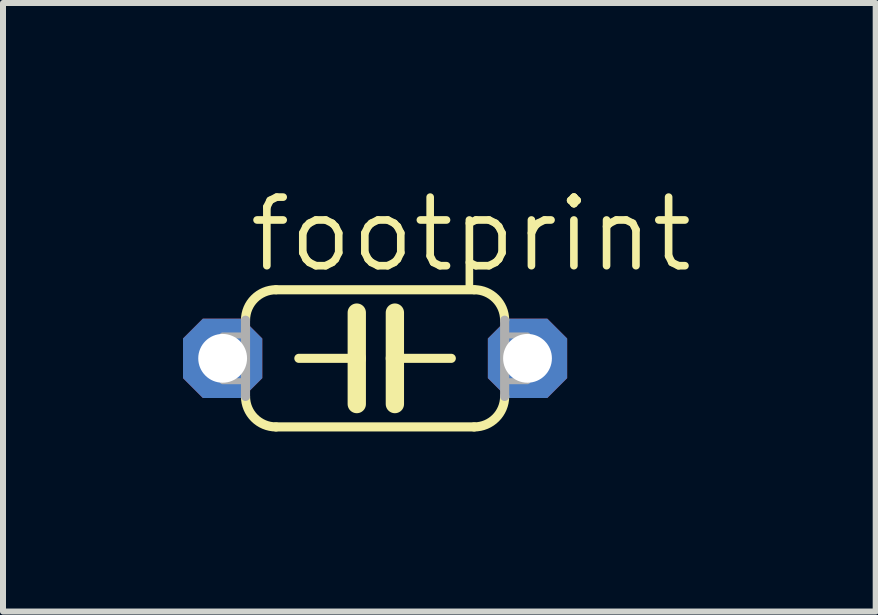
<source format=kicad_pcb>
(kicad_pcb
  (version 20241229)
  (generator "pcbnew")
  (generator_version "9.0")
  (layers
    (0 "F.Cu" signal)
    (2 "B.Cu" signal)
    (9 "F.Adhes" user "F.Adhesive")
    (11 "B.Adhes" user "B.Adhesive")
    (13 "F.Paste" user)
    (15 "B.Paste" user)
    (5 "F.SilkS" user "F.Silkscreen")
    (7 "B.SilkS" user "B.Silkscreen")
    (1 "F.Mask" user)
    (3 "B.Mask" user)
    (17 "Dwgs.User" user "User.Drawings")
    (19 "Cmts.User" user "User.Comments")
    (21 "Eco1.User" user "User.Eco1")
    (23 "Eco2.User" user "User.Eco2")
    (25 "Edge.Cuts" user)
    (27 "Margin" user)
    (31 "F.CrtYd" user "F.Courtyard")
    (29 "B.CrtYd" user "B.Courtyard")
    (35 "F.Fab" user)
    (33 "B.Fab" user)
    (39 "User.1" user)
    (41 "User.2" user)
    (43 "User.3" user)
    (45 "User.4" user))
  (footprint "footprint"
    (layer "F.Cu")
    (at 3.2 2.921)
    (property "Reference" "footprint" (at -2.159 -1.397 0) (layer "F.SilkS") (effects (font (size 1.143 1.143) (thickness 0.127)) (justify left bottom)))
    (fp_line (start -1.27 0) (end -0.305 0) (stroke (width 0.152) (type solid)) (layer "F.SilkS"))
    (fp_line (start -0.305 -0.762) (end -0.305 0) (stroke (width 0.305) (type solid)) (layer "F.SilkS"))
    (fp_line (start -0.305 0) (end -0.305 0.762) (stroke (width 0.305) (type solid)) (layer "F.SilkS"))
    (fp_line (start 0.33 -0.762) (end 0.33 0) (stroke (width 0.305) (type solid)) (layer "F.SilkS"))
    (fp_line (start 0.33 0) (end 0.33 0.762) (stroke (width 0.305) (type solid)) (layer "F.SilkS"))
    (fp_line (start 1.27 0) (end 0.33 0) (stroke (width 0.152) (type solid)) (layer "F.SilkS"))
    (fp_line (start 1.651 -1.143) (end -1.651 -1.143) (stroke (width 0.152) (type solid)) (layer "F.SilkS"))
    (fp_line (start 1.651 1.143) (end -1.651 1.143) (stroke (width 0.152) (type solid)) (layer "F.SilkS"))
    (fp_arc (start -2.159 -0.635) (mid -2.01021 -0.99421) (end -1.651 -1.143) (stroke (width 0.1524) (type solid)) (layer "F.SilkS"))
    (fp_arc (start -1.651 1.143) (mid -2.01021 0.99421) (end -2.159 0.635) (stroke (width 0.1524) (type solid)) (layer "F.SilkS"))
    (fp_arc (start 1.651 -1.143) (mid 2.01021 -0.99421) (end 2.159 -0.635) (stroke (width 0.1524) (type solid)) (layer "F.SilkS"))
    (fp_arc (start 2.159 0.635) (mid 2.01021 0.99421) (end 1.651 1.143) (stroke (width 0.1524) (type solid)) (layer "F.SilkS"))
    (fp_line (start -2.159 0.635) (end -2.159 -0.635) (stroke (width 0.152) (type solid)) (layer "F.Fab"))
    (fp_line (start 2.159 0.635) (end 2.159 -0.635) (stroke (width 0.152) (type solid)) (layer "F.Fab"))
    (fp_poly (pts (xy -2.54 0.381) (xy -2.159 0.381) (xy -2.159 -0.381) (xy -2.54 -0.381)) (stroke (width 0.1) (type solid)) (fill no) (layer "F.Fab"))
    (fp_poly (pts (xy 2.159 0.381) (xy 2.54 0.381) (xy 2.54 -0.381) (xy 2.159 -0.381)) (stroke (width 0.1) (type solid)) (fill no) (layer "F.Fab"))
    (pad "1" thru_hole roundrect (at -2.54 0) (size 1.321 1.321) (drill 0.813) (layers "*.Cu" "*.Mask") (roundrect_rratio 0.25) (chamfer_ratio 0.25) (chamfer top_left top_right bottom_left bottom_right))
    (pad "2" thru_hole roundrect (at 2.54 0) (size 1.321 1.321) (drill 0.813) (layers "*.Cu" "*.Mask") (roundrect_rratio 0.25) (chamfer_ratio 0.25) (chamfer top_left top_right bottom_left bottom_right)))
  (gr_rect
    (start -3 -3)
    (end 11.542 7.14)
    (stroke (width 0.1) (type default))
    (fill no)
    (layer "Edge.Cuts")))
</source>
